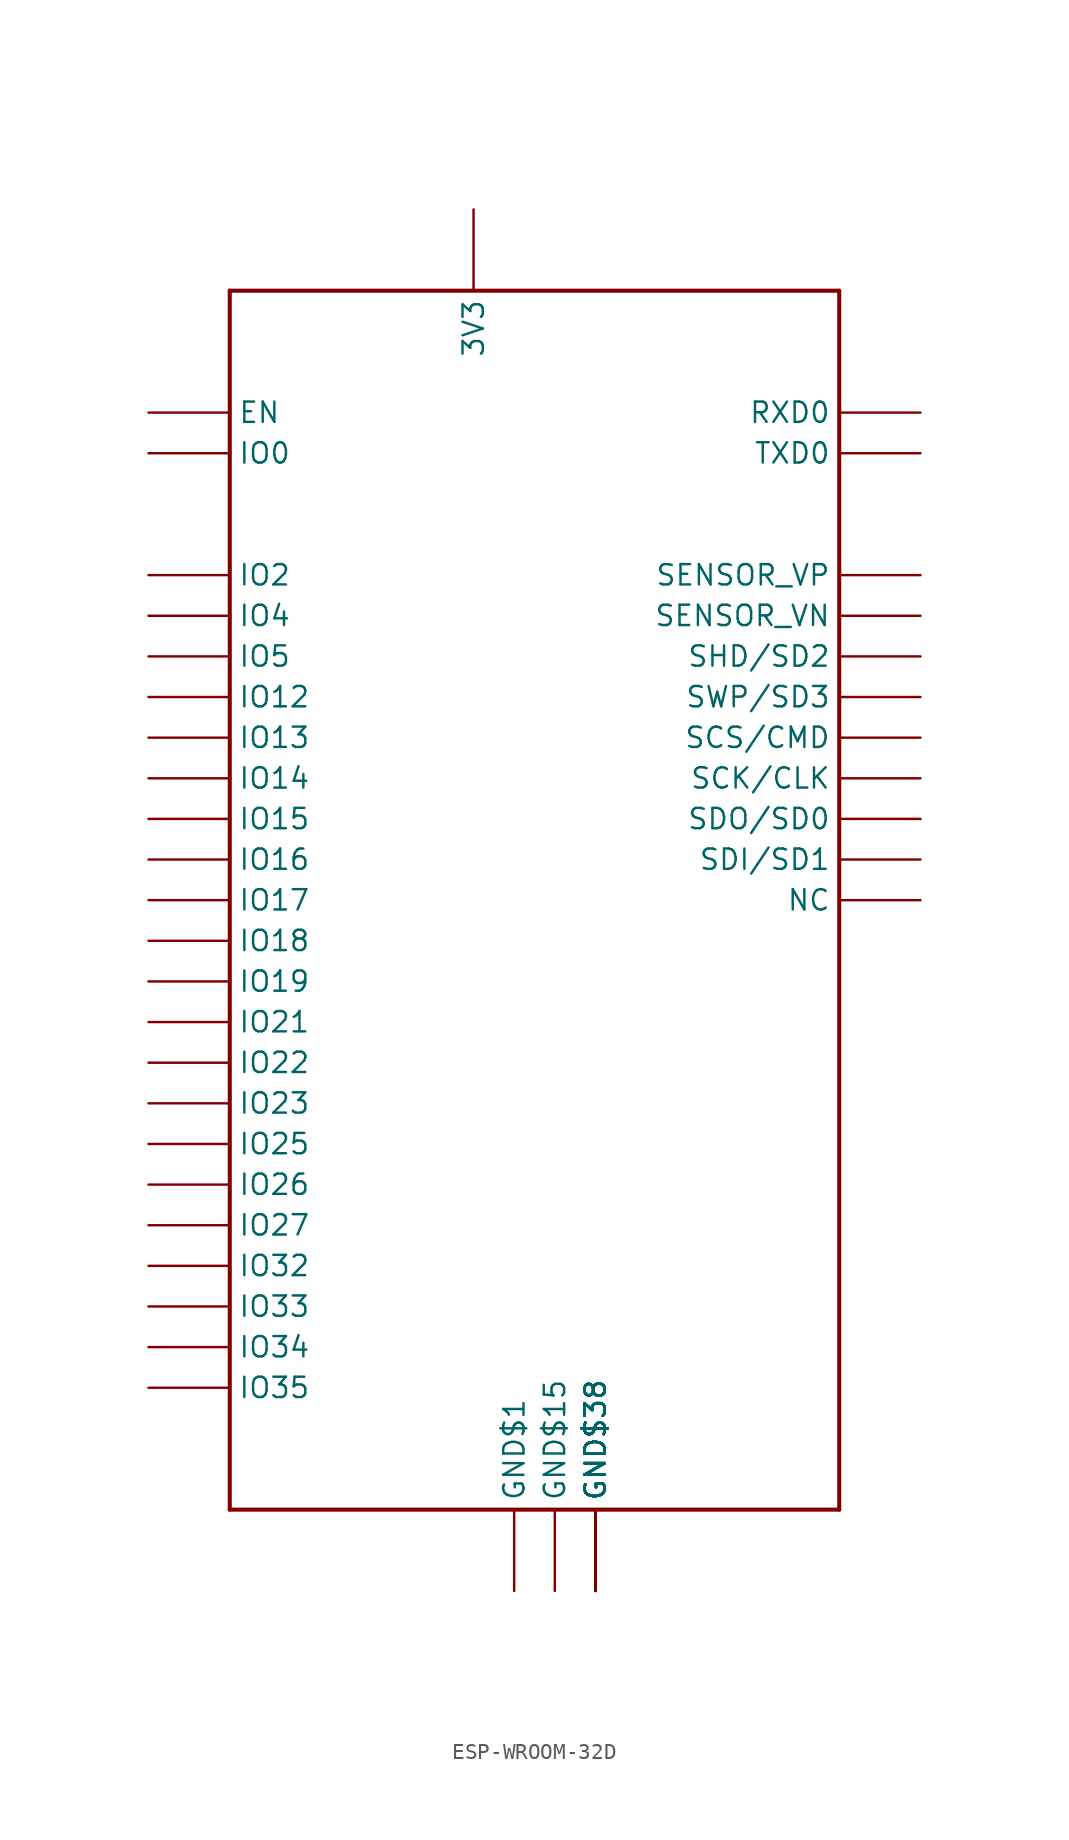
<source format=kicad_sym>
(kicad_symbol_lib
  (version 20231120)
  (generator "kicad_symbol_editor")
  (generator_version "8.0")
  (symbol "ESP-WROOM-32D"
    (property "Reference" ""
      (at -35.56 -2.54 0)
      (effects (font (size 1.27 1.079)) (justify left bottom) (hide yes)))
    (property "Value" ""
      (at -2.54 -83.82 0)
      (effects (font (size 1.27 1.079)) (justify left bottom)))
    (property "ki_locked" ""
      (at 0 0 0)
      (effects (font (size 1.27 1.27))))
    (symbol "ESP-WROOM-32D_1_0"
      (polyline (pts (xy -35.56 -81.28) (xy 2.54 -81.28)) (stroke (width 0.254) (type solid)) (fill (type none)))
      (polyline (pts (xy -35.56 -5.08) (xy -35.56 -81.28)) (stroke (width 0.254) (type solid)) (fill (type none)))
      (polyline (pts (xy 2.54 -81.28) (xy 2.54 -5.08)) (stroke (width 0.254) (type solid)) (fill (type none)))
      (polyline (pts (xy 2.54 -5.08) (xy -35.56 -5.08)) (stroke (width 0.254) (type solid)) (fill (type none)))
      (pin bidirectional line (at -17.78 -86.36 90) (length 5.08) (name "GND$1" (effects (font (size 1.27 1.27)))) (number "1" (effects (font (size 0 0)))))
      (pin bidirectional line (at -40.64 -58.42 0) (length 5.08) (name "IO25" (effects (font (size 1.27 1.27)))) (number "10" (effects (font (size 0 0)))))
      (pin bidirectional line (at -40.64 -60.96 0) (length 5.08) (name "IO26" (effects (font (size 1.27 1.27)))) (number "11" (effects (font (size 0 0)))))
      (pin bidirectional line (at -40.64 -63.5 0) (length 5.08) (name "IO27" (effects (font (size 1.27 1.27)))) (number "12" (effects (font (size 0 0)))))
      (pin bidirectional line (at -40.64 -35.56 0) (length 5.08) (name "IO14" (effects (font (size 1.27 1.27)))) (number "13" (effects (font (size 0 0)))))
      (pin bidirectional line (at -40.64 -30.48 0) (length 5.08) (name "IO12" (effects (font (size 1.27 1.27)))) (number "14" (effects (font (size 0 0)))))
      (pin bidirectional line (at -15.24 -86.36 90) (length 5.08) (name "GND$15" (effects (font (size 1.27 1.27)))) (number "15" (effects (font (size 0 0)))))
      (pin bidirectional line (at -40.64 -33.02 0) (length 5.08) (name "IO13" (effects (font (size 1.27 1.27)))) (number "16" (effects (font (size 0 0)))))
      (pin bidirectional line (at 7.62 -27.94 180) (length 5.08) (name "SHD/SD2" (effects (font (size 1.27 1.27)))) (number "17" (effects (font (size 0 0)))))
      (pin bidirectional line (at 7.62 -30.48 180) (length 5.08) (name "SWP/SD3" (effects (font (size 1.27 1.27)))) (number "18" (effects (font (size 0 0)))))
      (pin bidirectional line (at 7.62 -33.02 180) (length 5.08) (name "SCS/CMD" (effects (font (size 1.27 1.27)))) (number "19" (effects (font (size 0 0)))))
      (pin bidirectional line (at -20.32 0 270) (length 5.08) (name "3V3" (effects (font (size 1.27 1.27)))) (number "2" (effects (font (size 0 0)))))
      (pin bidirectional line (at 7.62 -35.56 180) (length 5.08) (name "SCK/CLK" (effects (font (size 1.27 1.27)))) (number "20" (effects (font (size 0 0)))))
      (pin bidirectional line (at 7.62 -38.1 180) (length 5.08) (name "SDO/SD0" (effects (font (size 1.27 1.27)))) (number "21" (effects (font (size 0 0)))))
      (pin bidirectional line (at 7.62 -40.64 180) (length 5.08) (name "SDI/SD1" (effects (font (size 1.27 1.27)))) (number "22" (effects (font (size 0 0)))))
      (pin bidirectional line (at -40.64 -38.1 0) (length 5.08) (name "IO15" (effects (font (size 1.27 1.27)))) (number "23" (effects (font (size 0 0)))))
      (pin bidirectional line (at -40.64 -22.86 0) (length 5.08) (name "IO2" (effects (font (size 1.27 1.27)))) (number "24" (effects (font (size 0 0)))))
      (pin bidirectional line (at -40.64 -15.24 0) (length 5.08) (name "IO0" (effects (font (size 1.27 1.27)))) (number "25" (effects (font (size 0 0)))))
      (pin bidirectional line (at -40.64 -25.4 0) (length 5.08) (name "IO4" (effects (font (size 1.27 1.27)))) (number "26" (effects (font (size 0 0)))))
      (pin bidirectional line (at -40.64 -40.64 0) (length 5.08) (name "IO16" (effects (font (size 1.27 1.27)))) (number "27" (effects (font (size 0 0)))))
      (pin bidirectional line (at -40.64 -43.18 0) (length 5.08) (name "IO17" (effects (font (size 1.27 1.27)))) (number "28" (effects (font (size 0 0)))))
      (pin bidirectional line (at -40.64 -27.94 0) (length 5.08) (name "IO5" (effects (font (size 1.27 1.27)))) (number "29" (effects (font (size 0 0)))))
      (pin bidirectional line (at -40.64 -12.7 0) (length 5.08) (name "EN" (effects (font (size 1.27 1.27)))) (number "3" (effects (font (size 0 0)))))
      (pin bidirectional line (at -40.64 -45.72 0) (length 5.08) (name "IO18" (effects (font (size 1.27 1.27)))) (number "30" (effects (font (size 0 0)))))
      (pin bidirectional line (at -40.64 -48.26 0) (length 5.08) (name "IO19" (effects (font (size 1.27 1.27)))) (number "31" (effects (font (size 0 0)))))
      (pin bidirectional line (at 7.62 -43.18 180) (length 5.08) (name "NC" (effects (font (size 1.27 1.27)))) (number "32" (effects (font (size 0 0)))))
      (pin bidirectional line (at -40.64 -50.8 0) (length 5.08) (name "IO21" (effects (font (size 1.27 1.27)))) (number "33" (effects (font (size 0 0)))))
      (pin bidirectional line (at 7.62 -12.7 180) (length 5.08) (name "RXD0" (effects (font (size 1.27 1.27)))) (number "34" (effects (font (size 0 0)))))
      (pin bidirectional line (at 7.62 -15.24 180) (length 5.08) (name "TXD0" (effects (font (size 1.27 1.27)))) (number "35" (effects (font (size 0 0)))))
      (pin bidirectional line (at -40.64 -53.34 0) (length 5.08) (name "IO22" (effects (font (size 1.27 1.27)))) (number "36" (effects (font (size 0 0)))))
      (pin bidirectional line (at -40.64 -55.88 0) (length 5.08) (name "IO23" (effects (font (size 1.27 1.27)))) (number "37" (effects (font (size 0 0)))))
      (pin bidirectional line (at -12.7 -86.36 90) (length 5.08) (name "GND$38" (effects (font (size 1.27 1.27)))) (number "38" (effects (font (size 0 0)))))
      (pin bidirectional line (at 7.62 -22.86 180) (length 5.08) (name "SENSOR_VP" (effects (font (size 1.27 1.27)))) (number "4" (effects (font (size 0 0)))))
      (pin bidirectional line (at 7.62 -25.4 180) (length 5.08) (name "SENSOR_VN" (effects (font (size 1.27 1.27)))) (number "5" (effects (font (size 0 0)))))
      (pin bidirectional line (at -40.64 -71.12 0) (length 5.08) (name "IO34" (effects (font (size 1.27 1.27)))) (number "6" (effects (font (size 0 0)))))
      (pin bidirectional line (at -40.64 -73.66 0) (length 5.08) (name "IO35" (effects (font (size 1.27 1.27)))) (number "7" (effects (font (size 0 0)))))
      (pin bidirectional line (at -40.64 -66.04 0) (length 5.08) (name "IO32" (effects (font (size 1.27 1.27)))) (number "8" (effects (font (size 0 0)))))
      (pin bidirectional line (at -40.64 -68.58 0) (length 5.08) (name "IO33" (effects (font (size 1.27 1.27)))) (number "9" (effects (font (size 0 0)))))
      (pin bidirectional line (at -12.7 -86.36 90) (length 5.08) (name "GND$38" (effects (font (size 1.27 1.27)))) (number "GND$39" (effects (font (size 0 0)))))
      (pin bidirectional line (at -12.7 -86.36 90) (length 5.08) (name "GND$38" (effects (font (size 1.27 1.27)))) (number "GND$40" (effects (font (size 0 0)))))
      (pin bidirectional line (at -12.7 -86.36 90) (length 5.08) (name "GND$38" (effects (font (size 1.27 1.27)))) (number "GND$41" (effects (font (size 0 0)))))
      (pin bidirectional line (at -12.7 -86.36 90) (length 5.08) (name "GND$38" (effects (font (size 1.27 1.27)))) (number "GND$42" (effects (font (size 0 0)))))
      (pin bidirectional line (at -12.7 -86.36 90) (length 5.08) (name "GND$38" (effects (font (size 1.27 1.27)))) (number "GND$43" (effects (font (size 0 0)))))
      (pin bidirectional line (at -12.7 -86.36 90) (length 5.08) (name "GND$38" (effects (font (size 1.27 1.27)))) (number "GND$44" (effects (font (size 0 0)))))
      (pin bidirectional line (at -12.7 -86.36 90) (length 5.08) (name "GND$38" (effects (font (size 1.27 1.27)))) (number "GND$45" (effects (font (size 0 0)))))
      (pin bidirectional line (at -12.7 -86.36 90) (length 5.08) (name "GND$38" (effects (font (size 1.27 1.27)))) (number "GND$46" (effects (font (size 0 0)))))
      (pin bidirectional line (at -12.7 -86.36 90) (length 5.08) (name "GND$38" (effects (font (size 1.27 1.27)))) (number "GND$47" (effects (font (size 0 0))))))))
</source>
